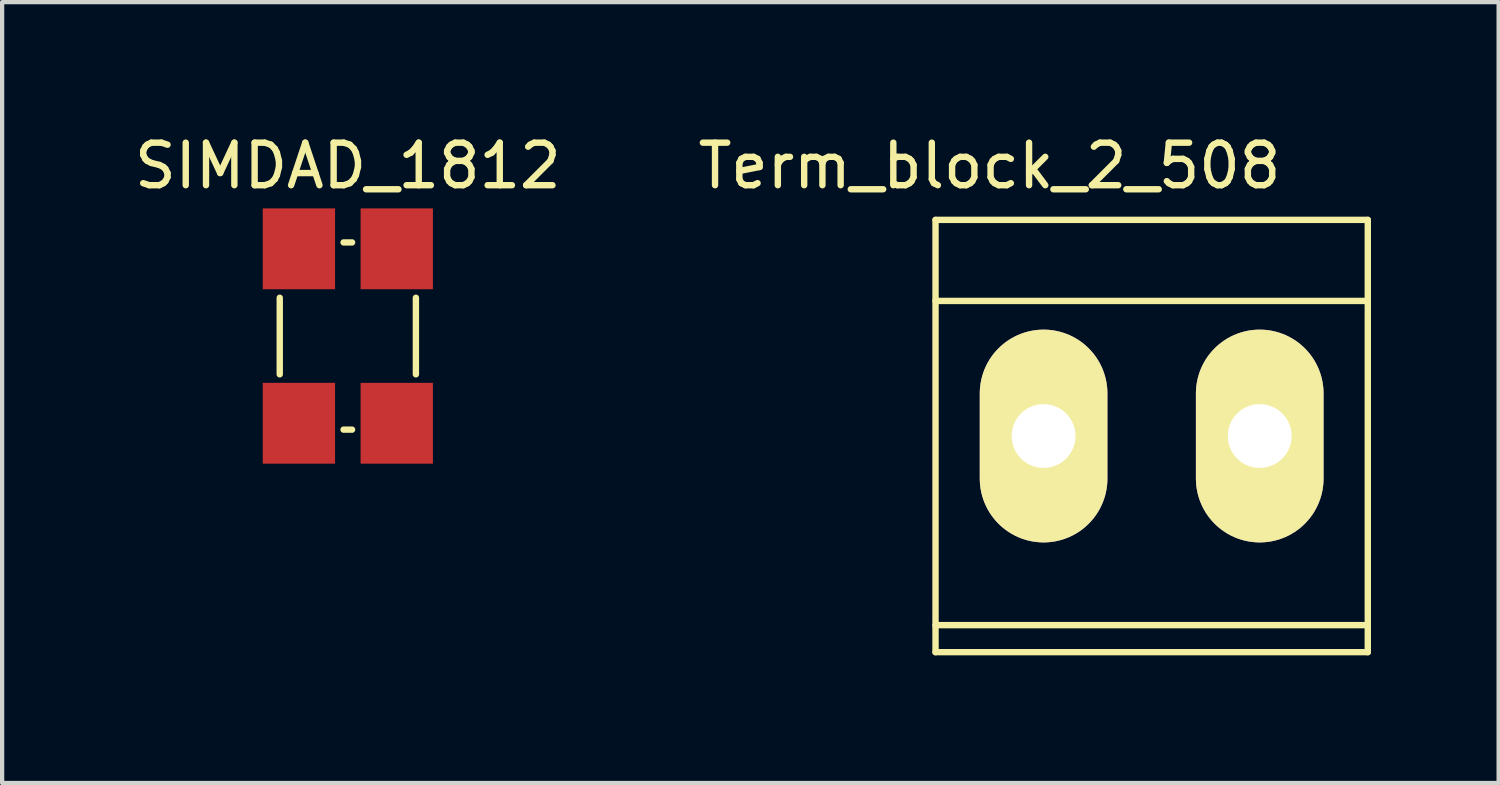
<source format=kicad_pcb>
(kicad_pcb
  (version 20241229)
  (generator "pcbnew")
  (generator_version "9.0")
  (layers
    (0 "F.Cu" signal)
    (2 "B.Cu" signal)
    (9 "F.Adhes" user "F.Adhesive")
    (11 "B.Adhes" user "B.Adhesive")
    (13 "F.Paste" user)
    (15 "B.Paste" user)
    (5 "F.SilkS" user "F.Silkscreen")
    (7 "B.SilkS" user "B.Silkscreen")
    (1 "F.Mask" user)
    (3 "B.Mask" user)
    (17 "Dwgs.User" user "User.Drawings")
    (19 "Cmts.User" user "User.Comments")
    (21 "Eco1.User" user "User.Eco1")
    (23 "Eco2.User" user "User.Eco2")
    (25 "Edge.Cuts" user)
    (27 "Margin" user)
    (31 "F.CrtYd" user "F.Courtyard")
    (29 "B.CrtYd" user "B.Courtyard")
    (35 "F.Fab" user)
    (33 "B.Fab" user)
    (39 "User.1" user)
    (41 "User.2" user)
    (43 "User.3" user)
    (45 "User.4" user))
  (footprint "Term_block_2_508"
    (layer "F.Cu")
    (at 24.018 7.198)
    (property "Reference" "Term_block_2_508" (at -3.81 -6.35 0) (layer "F.SilkS") (effects (font (size 1 1) (thickness 0.15))))
    (attr through_hole)
    (fp_line (start -5.08 -5.08) (end -5.08 5.08) (stroke (width 0.15) (type solid)) (layer "F.SilkS"))
    (fp_line (start -5.08 -3.175) (end 5.08 -3.175) (stroke (width 0.15) (type solid)) (layer "F.SilkS"))
    (fp_line (start -5.08 4.445) (end 5.08 4.445) (stroke (width 0.15) (type solid)) (layer "F.SilkS"))
    (fp_line (start -5.08 5.08) (end 5.08 5.08) (stroke (width 0.15) (type solid)) (layer "F.SilkS"))
    (fp_line (start 5.08 -5.08) (end -5.08 -5.08) (stroke (width 0.15) (type solid)) (layer "F.SilkS"))
    (fp_line (start 5.08 5.08) (end 5.08 -5.08) (stroke (width 0.15) (type solid)) (layer "F.SilkS"))
    (pad "1" thru_hole oval (at -2.54 0) (size 3 5.001) (drill 1.5) (layers "*.Cu" "*.Mask" "F.SilkS"))
    (pad "2" thru_hole oval (at 2.54 0) (size 3 5.001) (drill 1.5) (layers "*.Cu" "*.Mask" "F.SilkS")))
  (footprint "SIMDAD_1812"
    (layer "F.Cu")
    (at 5.125 4.848)
    (property "Reference" "SIMDAD_1812" (at 0 -4 0) (layer "F.SilkS") (effects (font (size 1 1) (thickness 0.15))))
    (attr through_hole)
    (fp_line (start -1.6 -0.9) (end -1.6 0.9) (stroke (width 0.15) (type solid)) (layer "F.SilkS"))
    (fp_line (start -0.1 -2.2) (end 0.1 -2.2) (stroke (width 0.15) (type solid)) (layer "F.SilkS"))
    (fp_line (start -0.1 2.2) (end 0.1 2.2) (stroke (width 0.15) (type solid)) (layer "F.SilkS"))
    (fp_line (start 1.6 -0.9) (end 1.6 0.9) (stroke (width 0.15) (type solid)) (layer "F.SilkS"))
    (pad "1" smd rect (at -1.15 -2.05) (size 1.7 1.9) (layers "F.Cu" "F.Mask" "F.Paste"))
    (pad "2" smd rect (at -1.15 2.05) (size 1.7 1.9) (layers "F.Cu" "F.Mask" "F.Paste"))
    (pad "3" smd rect (at 1.15 2.05) (size 1.7 1.9) (layers "F.Cu" "F.Mask" "F.Paste"))
    (pad "4" smd rect (at 1.15 -2.05) (size 1.7 1.9) (layers "F.Cu" "F.Mask" "F.Paste")))
  (gr_rect
    (start -3 -3)
    (end 32.173 15.353)
    (stroke (width 0.1) (type default))
    (fill no)
    (layer "Edge.Cuts")))
</source>
